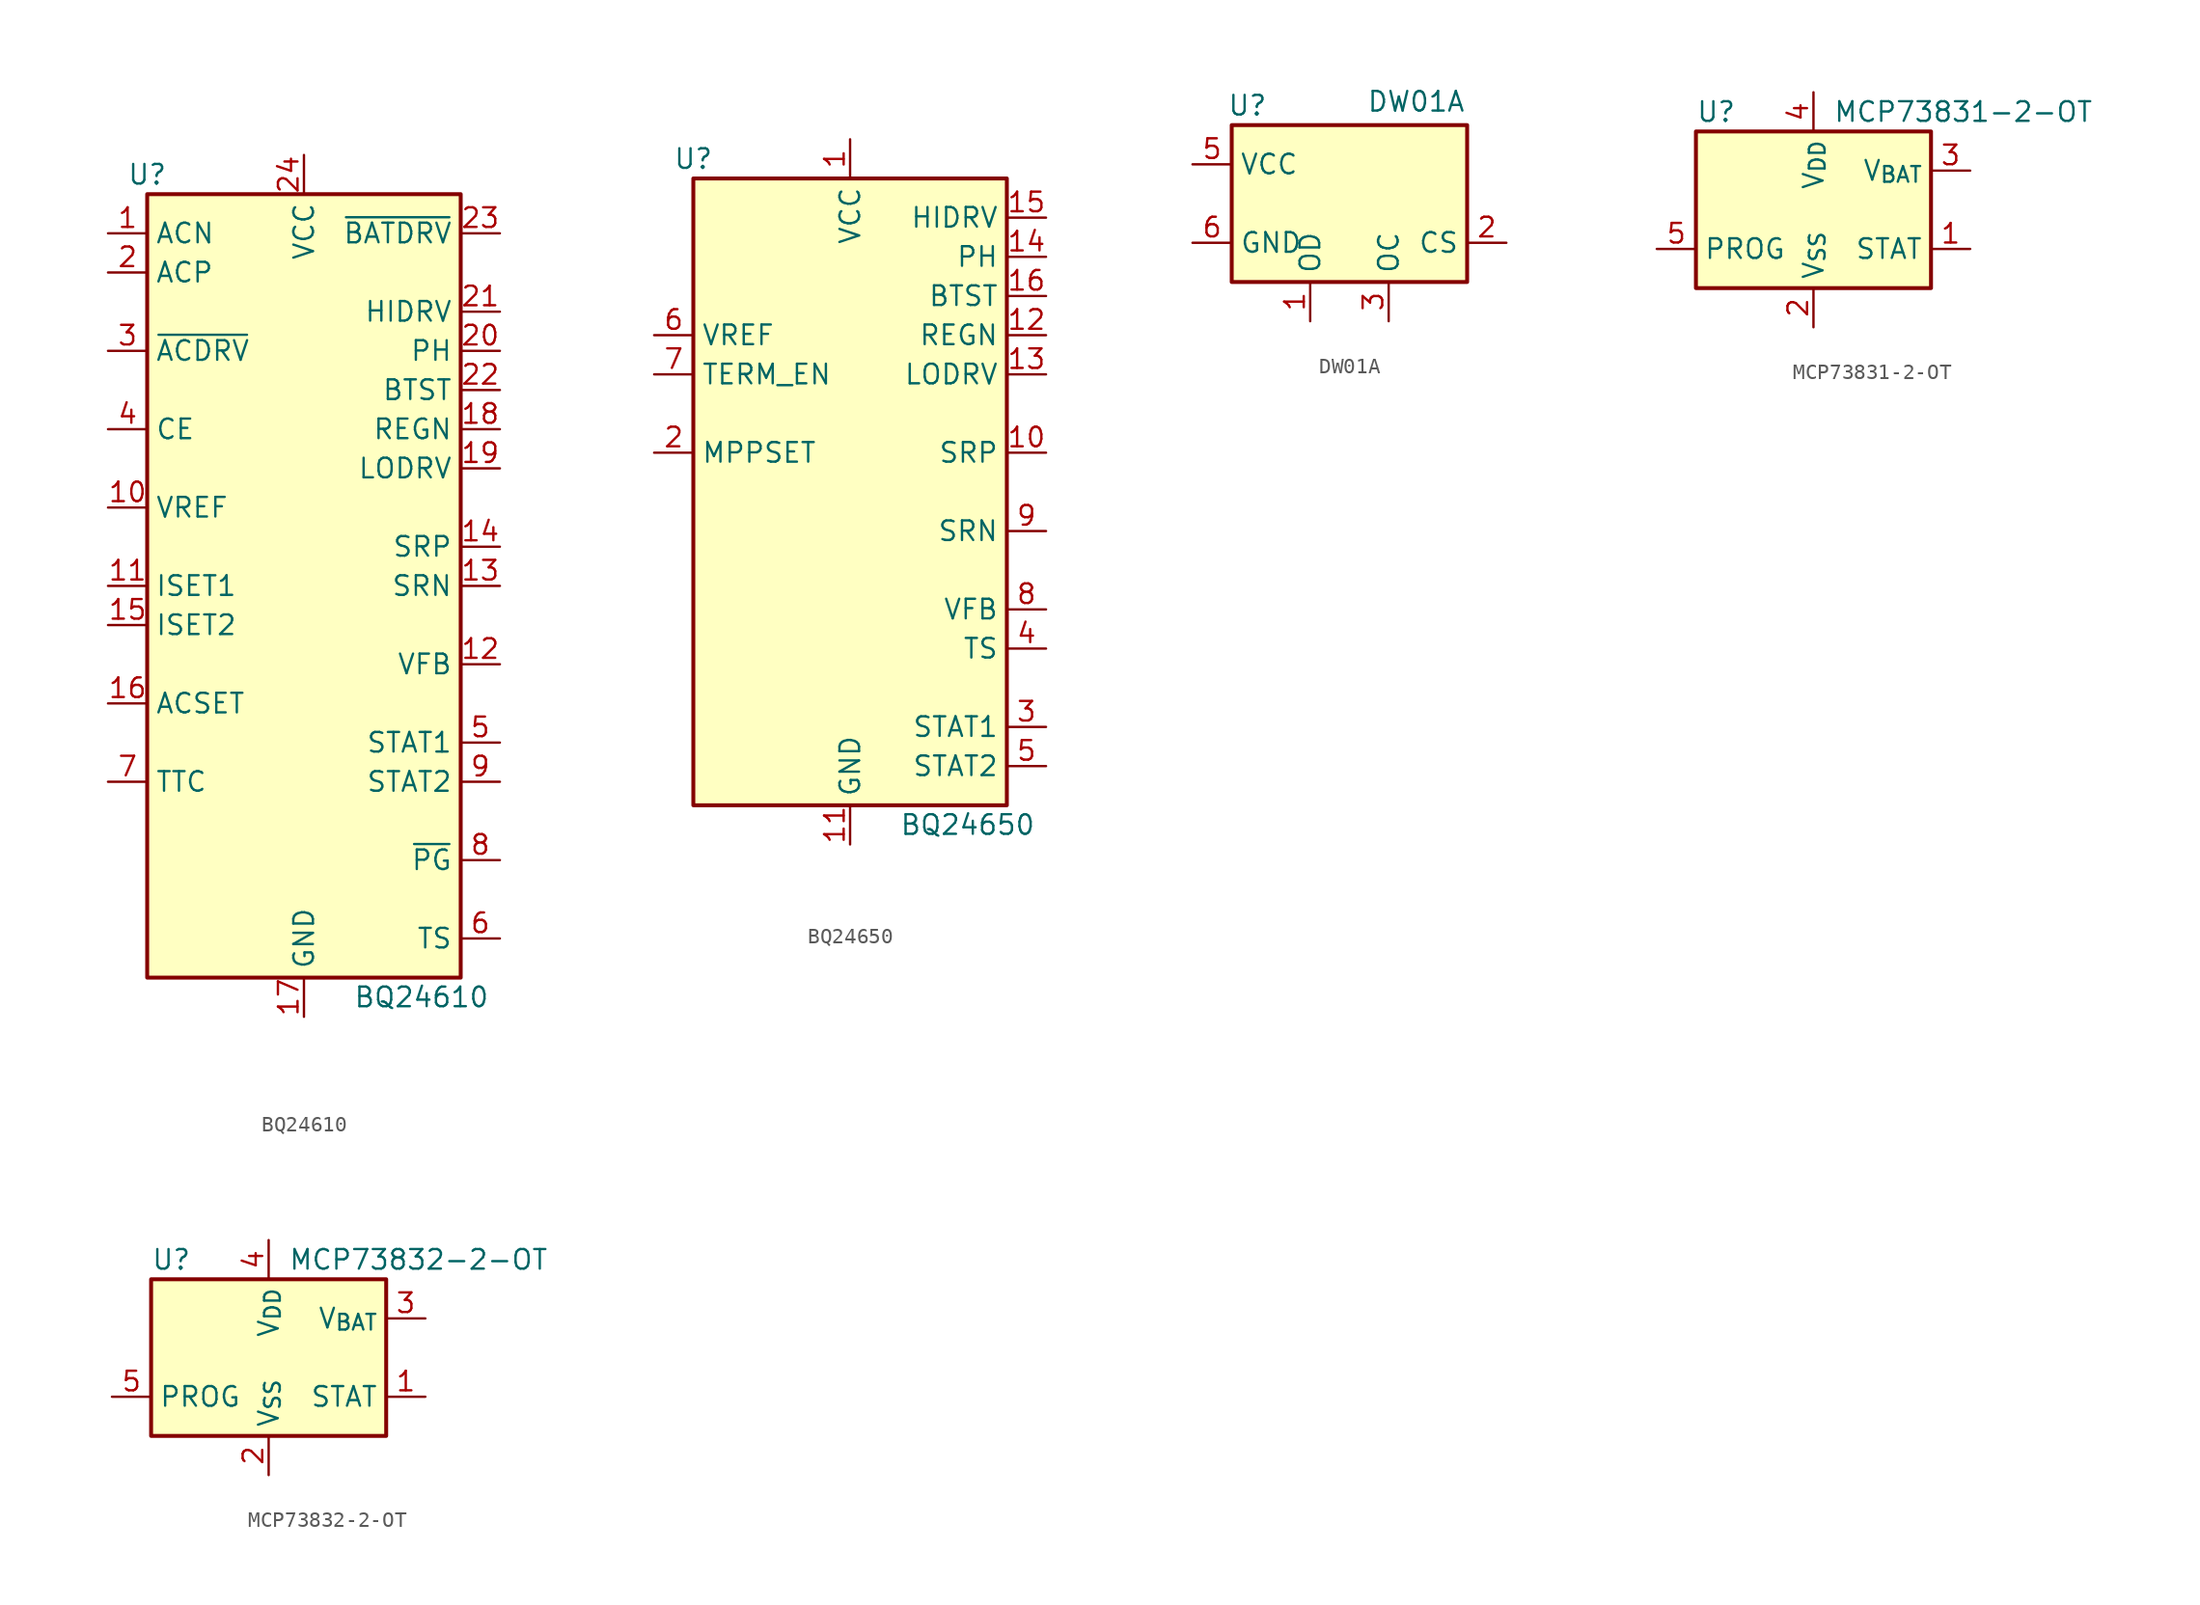
<source format=kicad_sym>
(kicad_symbol_lib
  (version 20231120)
  (generator "kicad_symbol_editor")
  (generator_version "8.0")
  (symbol "BQ24610"
    (property "Reference" "U"
      (at -10.16 26.67 0)
      (effects (font (size 1.27 1.27))))
    (property "Value" "BQ24610"
      (at 7.62 -26.67 0)
      (effects (font (size 1.27 1.27))))
    (symbol "BQ24610_1_1"
      (rectangle (start -10.16 25.4) (end 10.16 -25.4) (stroke (width 0.254) (type default)) (fill (type background)))
      (pin input line (at -12.7 22.86 0) (length 2.54) (name "ACN" (effects (font (size 1.27 1.27)))) (number "1" (effects (font (size 1.27 1.27)))))
      (pin power_out line (at -12.7 5.08 0) (length 2.54) (name "VREF" (effects (font (size 1.27 1.27)))) (number "10" (effects (font (size 1.27 1.27)))))
      (pin input line (at -12.7 0 0) (length 2.54) (name "ISET1" (effects (font (size 1.27 1.27)))) (number "11" (effects (font (size 1.27 1.27)))))
      (pin output line (at 12.7 -5.08 180) (length 2.54) (name "VFB" (effects (font (size 1.27 1.27)))) (number "12" (effects (font (size 1.27 1.27)))))
      (pin input line (at 12.7 0 180) (length 2.54) (name "SRN" (effects (font (size 1.27 1.27)))) (number "13" (effects (font (size 1.27 1.27)))))
      (pin input line (at 12.7 2.54 180) (length 2.54) (name "SRP" (effects (font (size 1.27 1.27)))) (number "14" (effects (font (size 1.27 1.27)))))
      (pin input line (at -12.7 -2.54 0) (length 2.54) (name "ISET2" (effects (font (size 1.27 1.27)))) (number "15" (effects (font (size 1.27 1.27)))))
      (pin input line (at -12.7 -7.62 0) (length 2.54) (name "ACSET" (effects (font (size 1.27 1.27)))) (number "16" (effects (font (size 1.27 1.27)))))
      (pin power_in line (at 0 -27.94 90) (length 2.54) (name "GND" (effects (font (size 1.27 1.27)))) (number "17" (effects (font (size 1.27 1.27)))))
      (pin output line (at 12.7 10.16 180) (length 2.54) (name "REGN" (effects (font (size 1.27 1.27)))) (number "18" (effects (font (size 1.27 1.27)))))
      (pin output line (at 12.7 7.62 180) (length 2.54) (name "LODRV" (effects (font (size 1.27 1.27)))) (number "19" (effects (font (size 1.27 1.27)))))
      (pin input line (at -12.7 20.32 0) (length 2.54) (name "ACP" (effects (font (size 1.27 1.27)))) (number "2" (effects (font (size 1.27 1.27)))))
      (pin power_in line (at 12.7 15.24 180) (length 2.54) (name "PH" (effects (font (size 1.27 1.27)))) (number "20" (effects (font (size 1.27 1.27)))))
      (pin output line (at 12.7 17.78 180) (length 2.54) (name "HIDRV" (effects (font (size 1.27 1.27)))) (number "21" (effects (font (size 1.27 1.27)))))
      (pin power_in line (at 12.7 12.7 180) (length 2.54) (name "BTST" (effects (font (size 1.27 1.27)))) (number "22" (effects (font (size 1.27 1.27)))))
      (pin output line (at 12.7 22.86 180) (length 2.54) (name "~{BATDRV}" (effects (font (size 1.27 1.27)))) (number "23" (effects (font (size 1.27 1.27)))))
      (pin power_in line (at 0 27.94 270) (length 2.54) (name "VCC" (effects (font (size 1.27 1.27)))) (number "24" (effects (font (size 1.27 1.27)))))
      (pin passive line (at 0 -27.94 90) (length 2.54) hide (name "GND" (effects (font (size 1.27 1.27)))) (number "25" (effects (font (size 1.27 1.27)))))
      (pin output line (at -12.7 15.24 0) (length 2.54) (name "~{ACDRV}" (effects (font (size 1.27 1.27)))) (number "3" (effects (font (size 1.27 1.27)))))
      (pin input line (at -12.7 10.16 0) (length 2.54) (name "CE" (effects (font (size 1.27 1.27)))) (number "4" (effects (font (size 1.27 1.27)))))
      (pin open_collector line (at 12.7 -10.16 180) (length 2.54) (name "STAT1" (effects (font (size 1.27 1.27)))) (number "5" (effects (font (size 1.27 1.27)))))
      (pin input line (at 12.7 -22.86 180) (length 2.54) (name "TS" (effects (font (size 1.27 1.27)))) (number "6" (effects (font (size 1.27 1.27)))))
      (pin input line (at -12.7 -12.7 0) (length 2.54) (name "TTC" (effects (font (size 1.27 1.27)))) (number "7" (effects (font (size 1.27 1.27)))))
      (pin open_collector line (at 12.7 -17.78 180) (length 2.54) (name "~{PG}" (effects (font (size 1.27 1.27)))) (number "8" (effects (font (size 1.27 1.27)))))
      (pin open_collector line (at 12.7 -12.7 180) (length 2.54) (name "STAT2" (effects (font (size 1.27 1.27)))) (number "9" (effects (font (size 1.27 1.27)))))))
  (symbol "BQ24650"
    (property "Reference" "U"
      (at -10.16 21.59 0)
      (effects (font (size 1.27 1.27))))
    (property "Value" "BQ24650"
      (at 7.62 -21.59 0)
      (effects (font (size 1.27 1.27))))
    (symbol "BQ24650_1_1"
      (rectangle (start -10.16 20.32) (end 10.16 -20.32) (stroke (width 0.254) (type default)) (fill (type background)))
      (pin power_in line (at 0 22.86 270) (length 2.54) (name "VCC" (effects (font (size 1.27 1.27)))) (number "1" (effects (font (size 1.27 1.27)))))
      (pin input line (at 12.7 2.54 180) (length 2.54) (name "SRP" (effects (font (size 1.27 1.27)))) (number "10" (effects (font (size 1.27 1.27)))))
      (pin power_in line (at 0 -22.86 90) (length 2.54) (name "GND" (effects (font (size 1.27 1.27)))) (number "11" (effects (font (size 1.27 1.27)))))
      (pin output line (at 12.7 10.16 180) (length 2.54) (name "REGN" (effects (font (size 1.27 1.27)))) (number "12" (effects (font (size 1.27 1.27)))))
      (pin output line (at 12.7 7.62 180) (length 2.54) (name "LODRV" (effects (font (size 1.27 1.27)))) (number "13" (effects (font (size 1.27 1.27)))))
      (pin input line (at 12.7 15.24 180) (length 2.54) (name "PH" (effects (font (size 1.27 1.27)))) (number "14" (effects (font (size 1.27 1.27)))))
      (pin output line (at 12.7 17.78 180) (length 2.54) (name "HIDRV" (effects (font (size 1.27 1.27)))) (number "15" (effects (font (size 1.27 1.27)))))
      (pin output line (at 12.7 12.7 180) (length 2.54) (name "BTST" (effects (font (size 1.27 1.27)))) (number "16" (effects (font (size 1.27 1.27)))))
      (pin passive line (at 0 -22.86 90) (length 2.54) hide (name "GND" (effects (font (size 1.27 1.27)))) (number "17" (effects (font (size 1.27 1.27)))))
      (pin input line (at -12.7 2.54 0) (length 2.54) (name "MPPSET" (effects (font (size 1.27 1.27)))) (number "2" (effects (font (size 1.27 1.27)))))
      (pin open_collector line (at 12.7 -15.24 180) (length 2.54) (name "STAT1" (effects (font (size 1.27 1.27)))) (number "3" (effects (font (size 1.27 1.27)))))
      (pin input line (at 12.7 -10.16 180) (length 2.54) (name "TS" (effects (font (size 1.27 1.27)))) (number "4" (effects (font (size 1.27 1.27)))))
      (pin open_collector line (at 12.7 -17.78 180) (length 2.54) (name "STAT2" (effects (font (size 1.27 1.27)))) (number "5" (effects (font (size 1.27 1.27)))))
      (pin input line (at -12.7 10.16 0) (length 2.54) (name "VREF" (effects (font (size 1.27 1.27)))) (number "6" (effects (font (size 1.27 1.27)))))
      (pin input line (at -12.7 7.62 0) (length 2.54) (name "TERM_EN" (effects (font (size 1.27 1.27)))) (number "7" (effects (font (size 1.27 1.27)))))
      (pin input line (at 12.7 -7.62 180) (length 2.54) (name "VFB" (effects (font (size 1.27 1.27)))) (number "8" (effects (font (size 1.27 1.27)))))
      (pin input line (at 12.7 -2.54 180) (length 2.54) (name "SRN" (effects (font (size 1.27 1.27)))) (number "9" (effects (font (size 1.27 1.27)))))))
  (symbol "DW01A"
    (property "Reference" "U"
      (at -6.604 6.35 0)
      (effects (font (size 1.27 1.27))))
    (property "Value" "DW01A"
      (at 4.318 6.604 0)
      (effects (font (size 1.27 1.27))))
    (symbol "DW01A_0_1"
      (pin output line (at -2.54 -7.62 90) (length 2.54) (name "OD" (effects (font (size 1.27 1.27)))) (number "1" (effects (font (size 1.27 1.27)))))
      (pin input line (at 10.16 -2.54 180) (length 2.54) (name "CS" (effects (font (size 1.27 1.27)))) (number "2" (effects (font (size 1.27 1.27)))))
      (pin output line (at 2.54 -7.62 90) (length 2.54) (name "OC" (effects (font (size 1.27 1.27)))) (number "3" (effects (font (size 1.27 1.27)))))
      (pin power_in line (at -10.16 2.54 0) (length 2.54) (name "VCC" (effects (font (size 1.27 1.27)))) (number "5" (effects (font (size 1.27 1.27)))))
      (pin power_in line (at -10.16 -2.54 0) (length 2.54) (name "GND" (effects (font (size 1.27 1.27)))) (number "6" (effects (font (size 1.27 1.27))))))
    (symbol "DW01A_1_1"
      (rectangle (start -7.62 5.08) (end 7.62 -5.08) (stroke (width 0.254) (type default)) (fill (type background)))
      (pin no_connect line (at 10.16 2.54 180) (length 2.54) hide (name "TD" (effects (font (size 1.27 1.27)))) (number "4" (effects (font (size 1.27 1.27)))))))
  (symbol "MCP73831-2-OT"
    (property "Reference" "U"
      (at -7.62 6.35 0)
      (effects (font (size 1.27 1.27)) (justify left)))
    (property "Value" "MCP73831-2-OT"
      (at 1.27 6.35 0)
      (effects (font (size 1.27 1.27)) (justify left)))
    (symbol "MCP73831-2-OT_0_1"
      (rectangle (start -7.62 5.08) (end 7.62 -5.08) (stroke (width 0.254) (type default)) (fill (type background))))
    (symbol "MCP73831-2-OT_1_1"
      (pin tri_state line (at 10.16 -2.54 180) (length 2.54) (name "STAT" (effects (font (size 1.27 1.27)))) (number "1" (effects (font (size 1.27 1.27)))))
      (pin power_in line (at 0 -7.62 90) (length 2.54) (name "V_{SS}" (effects (font (size 1.27 1.27)))) (number "2" (effects (font (size 1.27 1.27)))))
      (pin power_out line (at 10.16 2.54 180) (length 2.54) (name "V_{BAT}" (effects (font (size 1.27 1.27)))) (number "3" (effects (font (size 1.27 1.27)))))
      (pin power_in line (at 0 7.62 270) (length 2.54) (name "V_{DD}" (effects (font (size 1.27 1.27)))) (number "4" (effects (font (size 1.27 1.27)))))
      (pin input line (at -10.16 -2.54 0) (length 2.54) (name "PROG" (effects (font (size 1.27 1.27)))) (number "5" (effects (font (size 1.27 1.27)))))))
  (symbol "MCP73832-2-OT"
    (property "Reference" "U"
      (at -7.62 6.35 0)
      (effects (font (size 1.27 1.27)) (justify left)))
    (property "Value" "MCP73832-2-OT"
      (at 1.27 6.35 0)
      (effects (font (size 1.27 1.27)) (justify left)))
    (symbol "MCP73832-2-OT_0_1"
      (rectangle (start -7.62 5.08) (end 7.62 -5.08) (stroke (width 0.254) (type default)) (fill (type background))))
    (symbol "MCP73832-2-OT_1_1"
      (pin open_collector line (at 10.16 -2.54 180) (length 2.54) (name "STAT" (effects (font (size 1.27 1.27)))) (number "1" (effects (font (size 1.27 1.27)))))
      (pin power_in line (at 0 -7.62 90) (length 2.54) (name "V_{SS}" (effects (font (size 1.27 1.27)))) (number "2" (effects (font (size 1.27 1.27)))))
      (pin power_out line (at 10.16 2.54 180) (length 2.54) (name "V_{BAT}" (effects (font (size 1.27 1.27)))) (number "3" (effects (font (size 1.27 1.27)))))
      (pin power_in line (at 0 7.62 270) (length 2.54) (name "V_{DD}" (effects (font (size 1.27 1.27)))) (number "4" (effects (font (size 1.27 1.27)))))
      (pin input line (at -10.16 -2.54 0) (length 2.54) (name "PROG" (effects (font (size 1.27 1.27)))) (number "5" (effects (font (size 1.27 1.27))))))))
</source>
